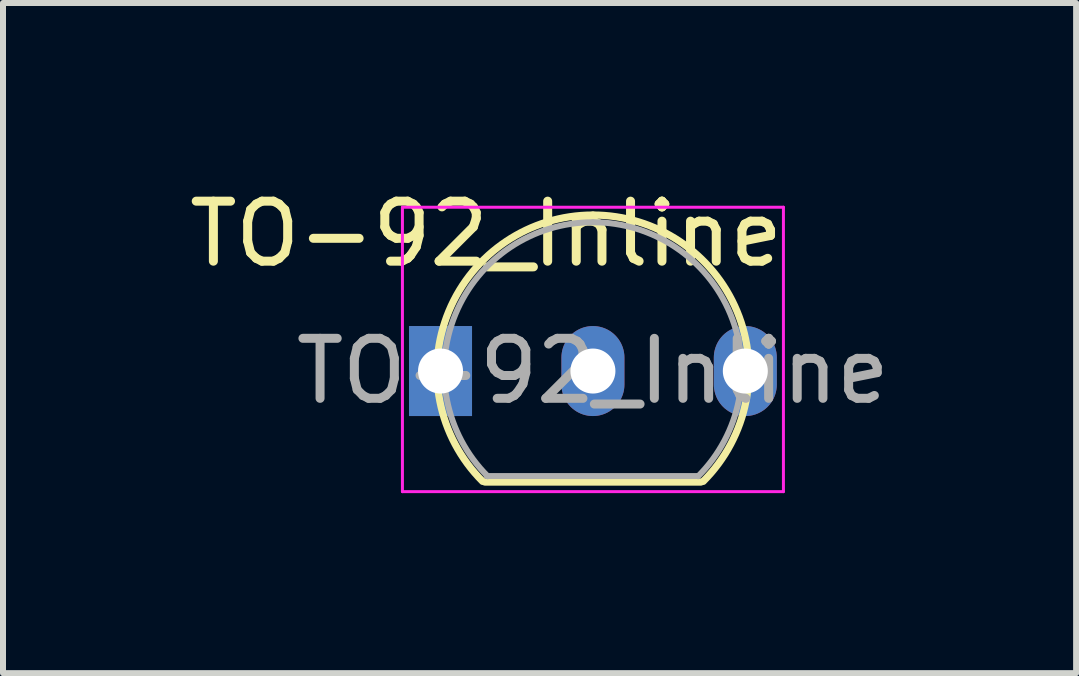
<source format=kicad_pcb>
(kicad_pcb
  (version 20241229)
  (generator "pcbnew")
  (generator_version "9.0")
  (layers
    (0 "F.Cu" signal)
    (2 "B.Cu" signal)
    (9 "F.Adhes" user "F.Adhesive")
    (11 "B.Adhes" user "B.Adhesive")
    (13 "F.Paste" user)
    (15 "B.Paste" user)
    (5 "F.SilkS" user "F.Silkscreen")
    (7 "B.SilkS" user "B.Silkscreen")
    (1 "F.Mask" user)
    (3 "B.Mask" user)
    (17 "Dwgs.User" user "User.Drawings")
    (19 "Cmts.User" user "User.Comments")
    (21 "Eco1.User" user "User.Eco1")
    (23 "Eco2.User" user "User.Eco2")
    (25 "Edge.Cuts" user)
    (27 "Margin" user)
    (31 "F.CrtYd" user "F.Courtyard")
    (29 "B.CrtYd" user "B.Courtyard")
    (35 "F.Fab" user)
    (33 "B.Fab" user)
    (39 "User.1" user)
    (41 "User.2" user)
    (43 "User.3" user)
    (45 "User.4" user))
  (footprint "TO-92_Inline"
    (layer "F.Cu")
    (at 4.292 3.134)
    (property "Reference" "TO-92_Inline" (at 0.762 -2.286 180) (layer "F.SilkS") (effects (font (size 1 1) (thickness 0.15))))
    (attr through_hole)
    (fp_line (start 0.74 1.85) (end 4.34 1.85) (stroke (width 0.12) (type solid)) (layer "F.SilkS"))
    (fp_arc (start 0.701522 1.838478) (mid 0.137913 -0.994977) (end 2.54 -2.6) (stroke (width 0.12) (type solid)) (layer "F.SilkS"))
    (fp_arc (start 2.54 -2.6) (mid 4.942087 -0.994977) (end 4.378478 1.838478) (stroke (width 0.12) (type solid)) (layer "F.SilkS"))
    (fp_line (start -0.635 -2.73) (end -0.635 2.01) (stroke (width 0.05) (type solid)) (layer "F.CrtYd"))
    (fp_line (start -0.635 -2.73) (end 5.715 -2.73) (stroke (width 0.05) (type solid)) (layer "F.CrtYd"))
    (fp_line (start 5.715 2.01) (end -0.635 2.01) (stroke (width 0.05) (type solid)) (layer "F.CrtYd"))
    (fp_line (start 5.715 2.01) (end 5.715 -2.73) (stroke (width 0.05) (type solid)) (layer "F.CrtYd"))
    (fp_line (start 0.77 1.75) (end 4.27 1.75) (stroke (width 0.1) (type solid)) (layer "F.Fab"))
    (fp_arc (start 0.786375 1.753625) (mid 0.248779 -0.949055) (end 2.54 -2.48) (stroke (width 0.1) (type solid)) (layer "F.Fab"))
    (fp_arc (start 2.54 -2.48) (mid 4.831221 -0.949055) (end 4.293625 1.753625) (stroke (width 0.1) (type solid)) (layer "F.Fab"))
    (fp_text user "${REFERENCE}" (at 2.54 0 180) (layer "F.Fab") (effects (font (size 1 1) (thickness 0.15))))
    (pad "1" thru_hole rect (at 0 0) (size 1.05 1.5) (drill 0.75) (layers "*.Cu" "*.Mask"))
    (pad "2" thru_hole oval (at 2.54 0) (size 1.05 1.5) (drill 0.75) (layers "*.Cu" "*.Mask"))
    (pad "3" thru_hole oval (at 5.08 0) (size 1.05 1.5) (drill 0.75) (layers "*.Cu" "*.Mask")))
  (gr_rect
    (start -3 -3)
    (end 14.885 8.169)
    (stroke (width 0.1) (type default))
    (fill no)
    (layer "Edge.Cuts")))
</source>
